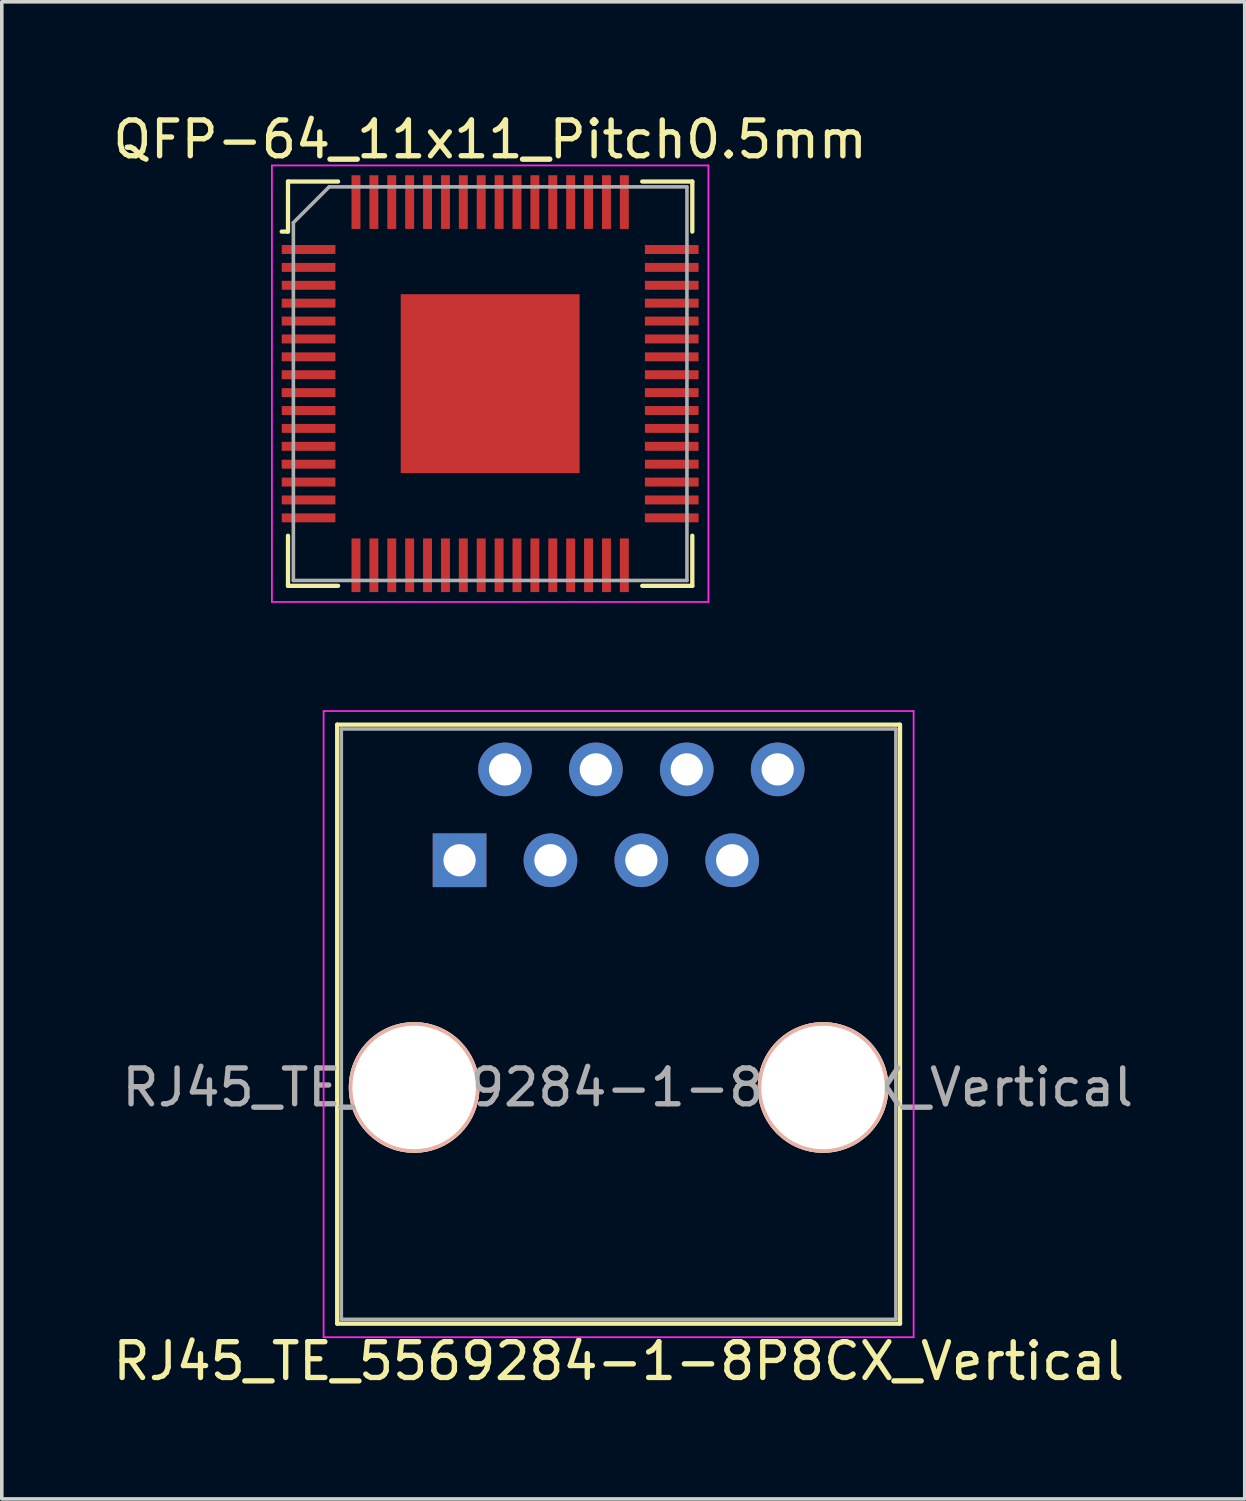
<source format=kicad_pcb>
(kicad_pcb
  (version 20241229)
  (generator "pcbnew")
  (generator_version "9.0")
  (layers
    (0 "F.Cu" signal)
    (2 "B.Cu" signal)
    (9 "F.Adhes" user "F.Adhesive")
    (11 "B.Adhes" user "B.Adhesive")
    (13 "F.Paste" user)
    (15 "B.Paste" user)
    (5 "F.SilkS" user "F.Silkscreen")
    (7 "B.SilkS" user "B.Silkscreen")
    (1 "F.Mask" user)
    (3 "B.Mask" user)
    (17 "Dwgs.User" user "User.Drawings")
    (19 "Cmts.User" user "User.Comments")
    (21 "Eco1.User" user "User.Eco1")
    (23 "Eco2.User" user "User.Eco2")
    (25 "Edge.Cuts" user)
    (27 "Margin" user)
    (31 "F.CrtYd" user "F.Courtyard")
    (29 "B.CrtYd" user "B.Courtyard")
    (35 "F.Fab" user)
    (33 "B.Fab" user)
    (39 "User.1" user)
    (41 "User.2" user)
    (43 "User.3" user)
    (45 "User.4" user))
  (footprint "QFP-64_11x11_Pitch0.5mm"
    (layer "F.Cu")
    (at 10.649 7.673)
    (property "Reference" "QFP-64_11x11_Pitch0.5mm" (at 0 -6.825 0) (layer "F.SilkS") (effects (font (size 1 1) (thickness 0.15))))
    (attr through_hole)
    (fp_line (start -5.65 -5.65) (end -5.65 -4.25) (stroke (width 0.12) (type solid)) (layer "F.SilkS"))
    (fp_line (start -5.65 -4.25) (end -5.825 -4.25) (stroke (width 0.12) (type solid)) (layer "F.SilkS"))
    (fp_line (start -5.65 5.65) (end -5.65 4.25) (stroke (width 0.12) (type solid)) (layer "F.SilkS"))
    (fp_line (start -4.25 -5.65) (end -5.65 -5.65) (stroke (width 0.12) (type solid)) (layer "F.SilkS"))
    (fp_line (start -4.25 5.65) (end -5.65 5.65) (stroke (width 0.12) (type solid)) (layer "F.SilkS"))
    (fp_line (start 4.25 -5.65) (end 5.65 -5.65) (stroke (width 0.12) (type solid)) (layer "F.SilkS"))
    (fp_line (start 4.25 5.65) (end 5.65 5.65) (stroke (width 0.12) (type solid)) (layer "F.SilkS"))
    (fp_line (start 5.65 -5.65) (end 5.65 -4.25) (stroke (width 0.12) (type solid)) (layer "F.SilkS"))
    (fp_line (start 5.65 5.65) (end 5.65 4.25) (stroke (width 0.12) (type solid)) (layer "F.SilkS"))
    (fp_line (start -6.1 -6.1) (end 6.1 -6.1) (stroke (width 0.05) (type solid)) (layer "F.CrtYd"))
    (fp_line (start -6.1 6.1) (end -6.1 -6.1) (stroke (width 0.05) (type solid)) (layer "F.CrtYd"))
    (fp_line (start 6.1 -6.1) (end 6.1 6.1) (stroke (width 0.05) (type solid)) (layer "F.CrtYd"))
    (fp_line (start 6.1 6.1) (end -6.1 6.1) (stroke (width 0.05) (type solid)) (layer "F.CrtYd"))
    (fp_line (start -5.5 -4.5) (end -5.5 5.5) (stroke (width 0.1) (type solid)) (layer "F.Fab"))
    (fp_line (start -5.5 5.5) (end 5.5 5.5) (stroke (width 0.1) (type solid)) (layer "F.Fab"))
    (fp_line (start -4.5 -5.5) (end -5.5 -4.5) (stroke (width 0.1) (type solid)) (layer "F.Fab"))
    (fp_line (start 5.5 -5.5) (end -4.5 -5.5) (stroke (width 0.1) (type solid)) (layer "F.Fab"))
    (fp_line (start 5.5 5.5) (end 5.5 -5.5) (stroke (width 0.1) (type solid)) (layer "F.Fab"))
    (pad "1" smd rect (at -5.075 -3.75 90) (size 0.25 1.5) (layers "F.Cu" "F.Mask" "F.Paste"))
    (pad "2" smd rect (at -5.075 -3.25 90) (size 0.25 1.5) (layers "F.Cu" "F.Mask" "F.Paste"))
    (pad "3" smd rect (at -5.075 -2.75 90) (size 0.25 1.5) (layers "F.Cu" "F.Mask" "F.Paste"))
    (pad "4" smd rect (at -5.075 -2.25 90) (size 0.25 1.5) (layers "F.Cu" "F.Mask" "F.Paste"))
    (pad "5" smd rect (at -5.075 -1.75 90) (size 0.25 1.5) (layers "F.Cu" "F.Mask" "F.Paste"))
    (pad "6" smd rect (at -5.075 -1.25 90) (size 0.25 1.5) (layers "F.Cu" "F.Mask" "F.Paste"))
    (pad "7" smd rect (at -5.075 -0.75 90) (size 0.25 1.5) (layers "F.Cu" "F.Mask" "F.Paste"))
    (pad "8" smd rect (at -5.075 -0.25 90) (size 0.25 1.5) (layers "F.Cu" "F.Mask" "F.Paste"))
    (pad "9" smd rect (at -5.075 0.25 90) (size 0.25 1.5) (layers "F.Cu" "F.Mask" "F.Paste"))
    (pad "10" smd rect (at -5.075 0.75 90) (size 0.25 1.5) (layers "F.Cu" "F.Mask" "F.Paste"))
    (pad "11" smd rect (at -5.075 1.25 90) (size 0.25 1.5) (layers "F.Cu" "F.Mask" "F.Paste"))
    (pad "12" smd rect (at -5.075 1.75 90) (size 0.25 1.5) (layers "F.Cu" "F.Mask" "F.Paste"))
    (pad "13" smd rect (at -5.075 2.25 90) (size 0.25 1.5) (layers "F.Cu" "F.Mask" "F.Paste"))
    (pad "14" smd rect (at -5.075 2.75 90) (size 0.25 1.5) (layers "F.Cu" "F.Mask" "F.Paste"))
    (pad "15" smd rect (at -5.075 3.25 90) (size 0.25 1.5) (layers "F.Cu" "F.Mask" "F.Paste"))
    (pad "16" smd rect (at -5.075 3.75 90) (size 0.25 1.5) (layers "F.Cu" "F.Mask" "F.Paste"))
    (pad "17" smd rect (at -3.75 5.075) (size 0.25 1.5) (layers "F.Cu" "F.Mask" "F.Paste"))
    (pad "18" smd rect (at -3.25 5.075) (size 0.25 1.5) (layers "F.Cu" "F.Mask" "F.Paste"))
    (pad "19" smd rect (at -2.75 5.075) (size 0.25 1.5) (layers "F.Cu" "F.Mask" "F.Paste"))
    (pad "20" smd rect (at -2.25 5.075) (size 0.25 1.5) (layers "F.Cu" "F.Mask" "F.Paste"))
    (pad "21" smd rect (at -1.75 5.075) (size 0.25 1.5) (layers "F.Cu" "F.Mask" "F.Paste"))
    (pad "22" smd rect (at -1.25 5.075) (size 0.25 1.5) (layers "F.Cu" "F.Mask" "F.Paste"))
    (pad "23" smd rect (at -0.75 5.075) (size 0.25 1.5) (layers "F.Cu" "F.Mask" "F.Paste"))
    (pad "24" smd rect (at -0.25 5.075) (size 0.25 1.5) (layers "F.Cu" "F.Mask" "F.Paste"))
    (pad "25" smd rect (at 0.25 5.075) (size 0.25 1.5) (layers "F.Cu" "F.Mask" "F.Paste"))
    (pad "26" smd rect (at 0.75 5.075) (size 0.25 1.5) (layers "F.Cu" "F.Mask" "F.Paste"))
    (pad "27" smd rect (at 1.25 5.075) (size 0.25 1.5) (layers "F.Cu" "F.Mask" "F.Paste"))
    (pad "28" smd rect (at 1.75 5.075) (size 0.25 1.5) (layers "F.Cu" "F.Mask" "F.Paste"))
    (pad "29" smd rect (at 2.25 5.075) (size 0.25 1.5) (layers "F.Cu" "F.Mask" "F.Paste"))
    (pad "30" smd rect (at 2.75 5.075) (size 0.25 1.5) (layers "F.Cu" "F.Mask" "F.Paste"))
    (pad "31" smd rect (at 3.25 5.075) (size 0.25 1.5) (layers "F.Cu" "F.Mask" "F.Paste"))
    (pad "32" smd rect (at 3.75 5.075) (size 0.25 1.5) (layers "F.Cu" "F.Mask" "F.Paste"))
    (pad "33" smd rect (at 5.075 3.75 90) (size 0.25 1.5) (layers "F.Cu" "F.Mask" "F.Paste"))
    (pad "34" smd rect (at 5.075 3.25 90) (size 0.25 1.5) (layers "F.Cu" "F.Mask" "F.Paste"))
    (pad "35" smd rect (at 5.075 2.75 90) (size 0.25 1.5) (layers "F.Cu" "F.Mask" "F.Paste"))
    (pad "36" smd rect (at 5.075 2.25 90) (size 0.25 1.5) (layers "F.Cu" "F.Mask" "F.Paste"))
    (pad "37" smd rect (at 5.075 1.75 90) (size 0.25 1.5) (layers "F.Cu" "F.Mask" "F.Paste"))
    (pad "38" smd rect (at 5.075 1.25 90) (size 0.25 1.5) (layers "F.Cu" "F.Mask" "F.Paste"))
    (pad "39" smd rect (at 5.075 0.75 90) (size 0.25 1.5) (layers "F.Cu" "F.Mask" "F.Paste"))
    (pad "40" smd rect (at 5.075 0.25 90) (size 0.25 1.5) (layers "F.Cu" "F.Mask" "F.Paste"))
    (pad "41" smd rect (at 5.075 -0.25 90) (size 0.25 1.5) (layers "F.Cu" "F.Mask" "F.Paste"))
    (pad "42" smd rect (at 5.075 -0.75 90) (size 0.25 1.5) (layers "F.Cu" "F.Mask" "F.Paste"))
    (pad "43" smd rect (at 5.075 -1.25 90) (size 0.25 1.5) (layers "F.Cu" "F.Mask" "F.Paste"))
    (pad "44" smd rect (at 5.075 -1.75 90) (size 0.25 1.5) (layers "F.Cu" "F.Mask" "F.Paste"))
    (pad "45" smd rect (at 5.075 -2.25 90) (size 0.25 1.5) (layers "F.Cu" "F.Mask" "F.Paste"))
    (pad "46" smd rect (at 5.075 -2.75 90) (size 0.25 1.5) (layers "F.Cu" "F.Mask" "F.Paste"))
    (pad "47" smd rect (at 5.075 -3.25 90) (size 0.25 1.5) (layers "F.Cu" "F.Mask" "F.Paste"))
    (pad "48" smd rect (at 5.075 -3.75 90) (size 0.25 1.5) (layers "F.Cu" "F.Mask" "F.Paste"))
    (pad "49" smd rect (at 3.75 -5.075) (size 0.25 1.5) (layers "F.Cu" "F.Mask" "F.Paste"))
    (pad "50" smd rect (at 3.25 -5.075) (size 0.25 1.5) (layers "F.Cu" "F.Mask" "F.Paste"))
    (pad "51" smd rect (at 2.75 -5.075) (size 0.25 1.5) (layers "F.Cu" "F.Mask" "F.Paste"))
    (pad "52" smd rect (at 2.25 -5.075) (size 0.25 1.5) (layers "F.Cu" "F.Mask" "F.Paste"))
    (pad "53" smd rect (at 1.75 -5.075) (size 0.25 1.5) (layers "F.Cu" "F.Mask" "F.Paste"))
    (pad "54" smd rect (at 1.25 -5.075) (size 0.25 1.5) (layers "F.Cu" "F.Mask" "F.Paste"))
    (pad "55" smd rect (at 0.75 -5.075) (size 0.25 1.5) (layers "F.Cu" "F.Mask" "F.Paste"))
    (pad "56" smd rect (at 0.25 -5.075) (size 0.25 1.5) (layers "F.Cu" "F.Mask" "F.Paste"))
    (pad "57" smd rect (at -0.25 -5.075) (size 0.25 1.5) (layers "F.Cu" "F.Mask" "F.Paste"))
    (pad "58" smd rect (at -0.75 -5.075) (size 0.25 1.5) (layers "F.Cu" "F.Mask" "F.Paste"))
    (pad "59" smd rect (at -1.25 -5.075) (size 0.25 1.5) (layers "F.Cu" "F.Mask" "F.Paste"))
    (pad "60" smd rect (at -1.75 -5.075) (size 0.25 1.5) (layers "F.Cu" "F.Mask" "F.Paste"))
    (pad "61" smd rect (at -2.25 -5.075) (size 0.25 1.5) (layers "F.Cu" "F.Mask" "F.Paste"))
    (pad "62" smd rect (at -2.75 -5.075) (size 0.25 1.5) (layers "F.Cu" "F.Mask" "F.Paste"))
    (pad "63" smd rect (at -3.25 -5.075) (size 0.25 1.5) (layers "F.Cu" "F.Mask" "F.Paste"))
    (pad "64" smd rect (at -3.75 -5.075) (size 0.25 1.5) (layers "F.Cu" "F.Mask" "F.Paste"))
    (pad "65" smd rect (at 0 0) (size 5 5) (layers "F.Cu" "F.Mask" "F.Paste")))
  (footprint "RJ45_TE_5569284-1-8P8CX_Vertical"
    (layer "F.Cu")
    (at 9.794 20.993)
    (property "Reference" "RJ45_TE_5569284-1-8P8CX_Vertical" (at 4.45 14 0) (layer "F.SilkS") (effects (font (size 1 1) (thickness 0.15))))
    (attr through_hole)
    (fp_line (start -3.42 -3.79) (end -3.42 12.95) (stroke (width 0.12) (type solid)) (layer "F.SilkS"))
    (fp_line (start 12.3 -3.79) (end -3.42 -3.79) (stroke (width 0.12) (type solid)) (layer "F.SilkS"))
    (fp_line (start 12.31 -3.79) (end 12.31 12.95) (stroke (width 0.12) (type solid)) (layer "F.SilkS"))
    (fp_line (start 12.31 12.95) (end -3.42 12.95) (stroke (width 0.12) (type solid)) (layer "F.SilkS"))
    (fp_line (start -3.8 -4.17) (end -3.8 13.33) (stroke (width 0.05) (type solid)) (layer "F.CrtYd"))
    (fp_line (start -3.8 -4.17) (end 12.69 -4.17) (stroke (width 0.05) (type solid)) (layer "F.CrtYd"))
    (fp_line (start -3.8 13.33) (end 12.69 13.33) (stroke (width 0.05) (type solid)) (layer "F.CrtYd"))
    (fp_line (start 12.69 -4.17) (end 12.69 13.33) (stroke (width 0.05) (type solid)) (layer "F.CrtYd"))
    (fp_line (start -3.305 -3.67) (end -3.305 12.83) (stroke (width 0.1) (type solid)) (layer "F.Fab"))
    (fp_line (start 12.195 -3.67) (end -3.305 -3.67) (stroke (width 0.1) (type solid)) (layer "F.Fab"))
    (fp_line (start 12.195 -3.67) (end 12.195 12.83) (stroke (width 0.1) (type solid)) (layer "F.Fab"))
    (fp_line (start 12.195 12.83) (end -3.305 12.83) (stroke (width 0.1) (type solid)) (layer "F.Fab"))
    (fp_text user "${REFERENCE}" (at 4.7 6.35 0) (layer "F.Fab") (effects (font (size 1 1) (thickness 0.15))))
    (pad "" np_thru_hole circle (at -1.27 6.35) (size 3.65 3.65) (drill 3.45) (layers "*.Cu" "*.SilkS" "*.Mask"))
    (pad "" np_thru_hole circle (at 10.16 6.35) (size 3.65 3.65) (drill 3.45) (layers "*.Cu" "*.SilkS" "*.Mask"))
    (pad "1" thru_hole rect (at 0 0) (size 1.5 1.5) (drill 0.9) (layers "*.Cu" "*.Mask"))
    (pad "2" thru_hole circle (at 1.27 -2.54) (size 1.5 1.5) (drill 0.9) (layers "*.Cu" "*.Mask"))
    (pad "3" thru_hole circle (at 2.54 0) (size 1.5 1.5) (drill 0.9) (layers "*.Cu" "*.Mask"))
    (pad "4" thru_hole circle (at 3.81 -2.54) (size 1.5 1.5) (drill 0.9) (layers "*.Cu" "*.Mask"))
    (pad "5" thru_hole circle (at 5.08 0) (size 1.5 1.5) (drill 0.9) (layers "*.Cu" "*.Mask"))
    (pad "6" thru_hole circle (at 6.35 -2.54) (size 1.5 1.5) (drill 0.9) (layers "*.Cu" "*.Mask"))
    (pad "7" thru_hole circle (at 7.62 0) (size 1.5 1.5) (drill 0.9) (layers "*.Cu" "*.Mask"))
    (pad "8" thru_hole circle (at 8.89 -2.54) (size 1.5 1.5) (drill 0.9) (layers "*.Cu" "*.Mask")))
  (gr_rect
    (start -3 -3)
    (end 31.738 38.842)
    (stroke (width 0.1) (type default))
    (fill no)
    (layer "Edge.Cuts")))
</source>
